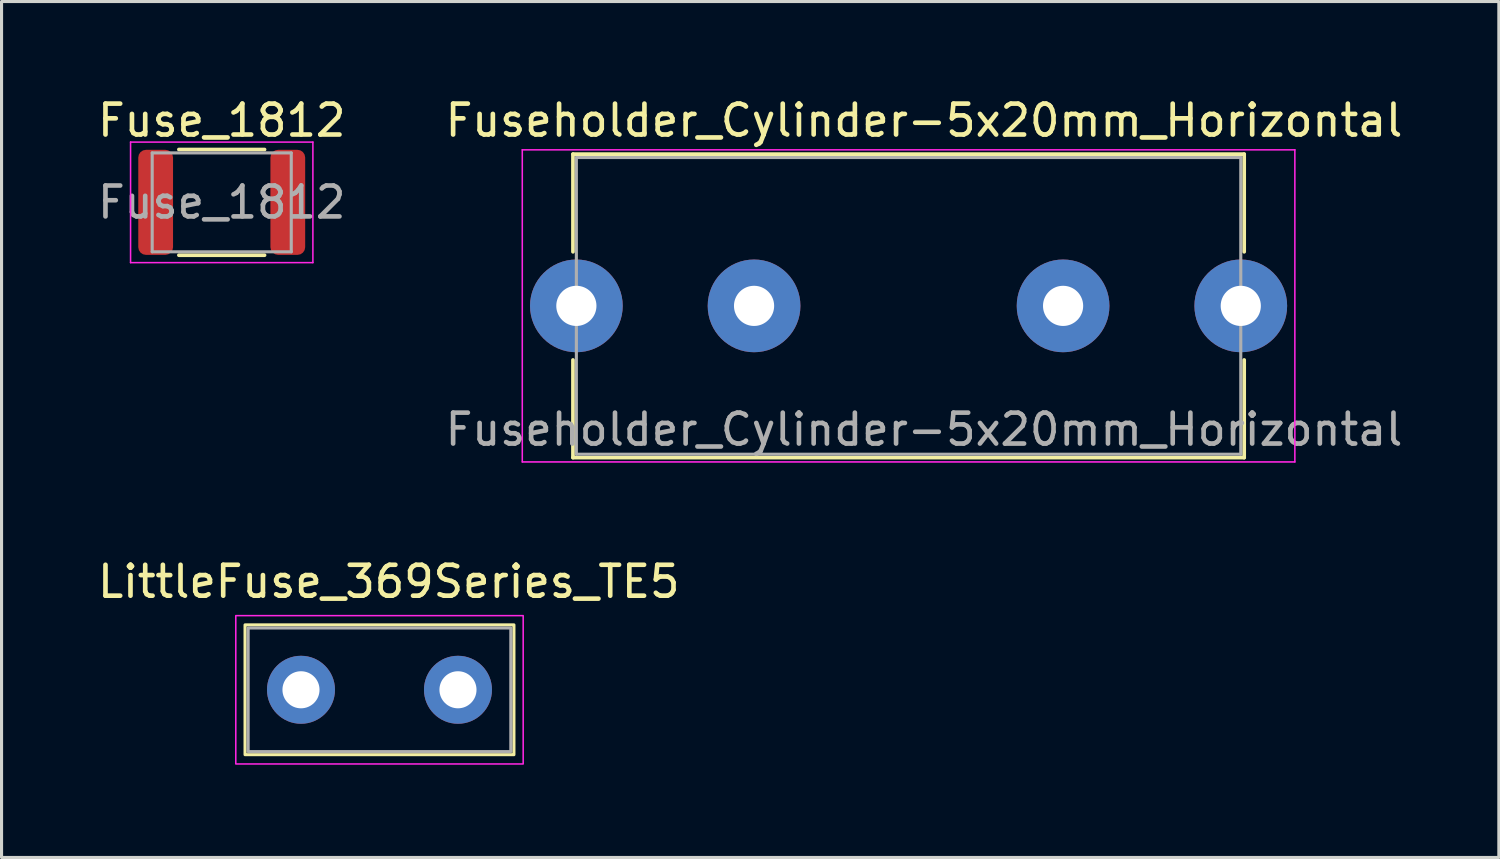
<source format=kicad_pcb>
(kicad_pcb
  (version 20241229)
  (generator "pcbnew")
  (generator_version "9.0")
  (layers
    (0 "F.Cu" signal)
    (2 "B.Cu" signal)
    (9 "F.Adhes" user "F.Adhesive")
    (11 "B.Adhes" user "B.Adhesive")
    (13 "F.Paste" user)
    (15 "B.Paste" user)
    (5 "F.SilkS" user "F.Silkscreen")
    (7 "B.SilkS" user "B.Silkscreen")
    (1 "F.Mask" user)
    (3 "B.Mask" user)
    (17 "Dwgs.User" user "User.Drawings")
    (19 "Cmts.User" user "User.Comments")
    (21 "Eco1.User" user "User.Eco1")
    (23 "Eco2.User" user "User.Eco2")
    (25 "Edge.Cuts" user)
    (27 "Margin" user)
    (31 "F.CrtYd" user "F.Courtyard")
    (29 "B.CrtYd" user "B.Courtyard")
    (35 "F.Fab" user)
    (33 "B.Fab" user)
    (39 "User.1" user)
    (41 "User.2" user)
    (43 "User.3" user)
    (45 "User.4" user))
  (footprint "LittleFuse_369Series_TE5"
    (layer "F.Cu")
    (at 9.23 19.271)
    (property "Reference" "LittleFuse_369Series_TE5" (at 0.3 -3.5 0) (unlocked yes) (layer "F.SilkS") (effects (font (size 1 1) (thickness 0.15))))
    (attr smd)
    (fp_rect (start -4.35 -2.1) (end 4.35 2.1) (stroke (width 0.1) (type solid)) (fill no) (layer "F.SilkS"))
    (fp_rect (start -4.65 -2.4) (end 4.65 2.4) (stroke (width 0.05) (type solid)) (fill no) (layer "F.CrtYd"))
    (fp_rect (start -4.25 -2) (end 4.25 2) (stroke (width 0.1) (type solid)) (fill no) (layer "F.Fab"))
    (pad "1" thru_hole circle (at -2.54 0) (size 2.2 2.2) (drill 1.2) (layers "*.Cu" "*.Mask"))
    (pad "2" thru_hole circle (at 2.54 0) (size 2.2 2.2) (drill 1.2) (layers "*.Cu" "*.Mask")))
  (footprint "Fuse_1812"
    (layer "F.Cu")
    (at 4.125 3.498)
    (property "Reference" "Fuse_1812" (at 0 -2.65 0) (layer "F.SilkS") (effects (font (size 1 1) (thickness 0.15))))
    (attr smd)
    (fp_line (start -1.386 -1.71) (end 1.386 -1.71) (stroke (width 0.12) (type solid)) (layer "F.SilkS"))
    (fp_line (start -1.386 1.71) (end 1.386 1.71) (stroke (width 0.12) (type solid)) (layer "F.SilkS"))
    (fp_line (start -2.95 -1.95) (end 2.95 -1.95) (stroke (width 0.05) (type solid)) (layer "F.CrtYd"))
    (fp_line (start -2.95 1.95) (end -2.95 -1.95) (stroke (width 0.05) (type solid)) (layer "F.CrtYd"))
    (fp_line (start 2.95 -1.95) (end 2.95 1.95) (stroke (width 0.05) (type solid)) (layer "F.CrtYd"))
    (fp_line (start 2.95 1.95) (end -2.95 1.95) (stroke (width 0.05) (type solid)) (layer "F.CrtYd"))
    (fp_line (start -2.25 -1.6) (end 2.25 -1.6) (stroke (width 0.1) (type solid)) (layer "F.Fab"))
    (fp_line (start -2.25 1.6) (end -2.25 -1.6) (stroke (width 0.1) (type solid)) (layer "F.Fab"))
    (fp_line (start 2.25 -1.6) (end 2.25 1.6) (stroke (width 0.1) (type solid)) (layer "F.Fab"))
    (fp_line (start 2.25 1.6) (end -2.25 1.6) (stroke (width 0.1) (type solid)) (layer "F.Fab"))
    (fp_text user "${REFERENCE}" (at 0 0 0) (layer "F.Fab") (effects (font (size 1 1) (thickness 0.15))))
    (pad "1" smd roundrect (at -2.138 0) (size 1.125 3.4) (layers "F.Cu" "F.Mask" "F.Paste") (roundrect_rratio 0.222))
    (pad "2" smd roundrect (at 2.138 0) (size 1.125 3.4) (layers "F.Cu" "F.Mask" "F.Paste") (roundrect_rratio 0.222)))
  (footprint "Fuseholder_Cylinder-5x20mm_Horizontal"
    (layer "F.Cu")
    (at 15.601 6.848)
    (property "Reference" "Fuseholder_Cylinder-5x20mm_Horizontal" (at 11.25 -6 0) (layer "F.SilkS") (effects (font (size 1 1) (thickness 0.15))))
    (attr through_hole)
    (fp_line (start -0.11 -4.91) (end 21.61 -4.91) (stroke (width 0.12) (type solid)) (layer "F.SilkS"))
    (fp_line (start -0.11 -1.75) (end -0.11 -4.91) (stroke (width 0.12) (type solid)) (layer "F.SilkS"))
    (fp_line (start -0.11 4.91) (end -0.11 1.75) (stroke (width 0.12) (type solid)) (layer "F.SilkS"))
    (fp_line (start -0.11 4.91) (end 21.61 4.91) (stroke (width 0.12) (type solid)) (layer "F.SilkS"))
    (fp_line (start 21.61 -1.75) (end 21.61 -4.91) (stroke (width 0.12) (type solid)) (layer "F.SilkS"))
    (fp_line (start 21.61 4.91) (end 21.61 1.75) (stroke (width 0.12) (type solid)) (layer "F.SilkS"))
    (fp_line (start -1.75 -5.05) (end 23.25 -5.05) (stroke (width 0.05) (type solid)) (layer "F.CrtYd"))
    (fp_line (start -1.75 5.05) (end -1.75 -5.05) (stroke (width 0.05) (type solid)) (layer "F.CrtYd"))
    (fp_line (start 23.25 -5.05) (end 23.25 5.05) (stroke (width 0.05) (type solid)) (layer "F.CrtYd"))
    (fp_line (start 23.25 5.05) (end -1.75 5.05) (stroke (width 0.05) (type solid)) (layer "F.CrtYd"))
    (fp_line (start 0 -4.8) (end 0 4.8) (stroke (width 0.1) (type solid)) (layer "F.Fab"))
    (fp_line (start 0 4.8) (end 21.5 4.8) (stroke (width 0.1) (type solid)) (layer "F.Fab"))
    (fp_line (start 21.5 -4.8) (end 0 -4.8) (stroke (width 0.1) (type solid)) (layer "F.Fab"))
    (fp_line (start 21.5 4.8) (end 21.5 -4.8) (stroke (width 0.1) (type solid)) (layer "F.Fab"))
    (fp_text user "${REFERENCE}" (at 11.25 4 0) (layer "F.Fab") (effects (font (size 1 1) (thickness 0.15))))
    (pad "1" thru_hole circle (at 0 0) (size 3 3) (drill 1.3) (layers "*.Cu" "*.Mask"))
    (pad "1" thru_hole circle (at 5.75 0) (size 3 3) (drill 1.3) (layers "*.Cu" "*.Mask"))
    (pad "2" thru_hole circle (at 15.75 0) (size 3 3) (drill 1.3) (layers "*.Cu" "*.Mask"))
    (pad "2" thru_hole circle (at 21.5 0) (size 3 3) (drill 1.3) (layers "*.Cu" "*.Mask")))
  (gr_rect
    (start -3 -3)
    (end 45.452 24.697)
    (stroke (width 0.1) (type default))
    (fill no)
    (layer "Edge.Cuts")))
</source>
